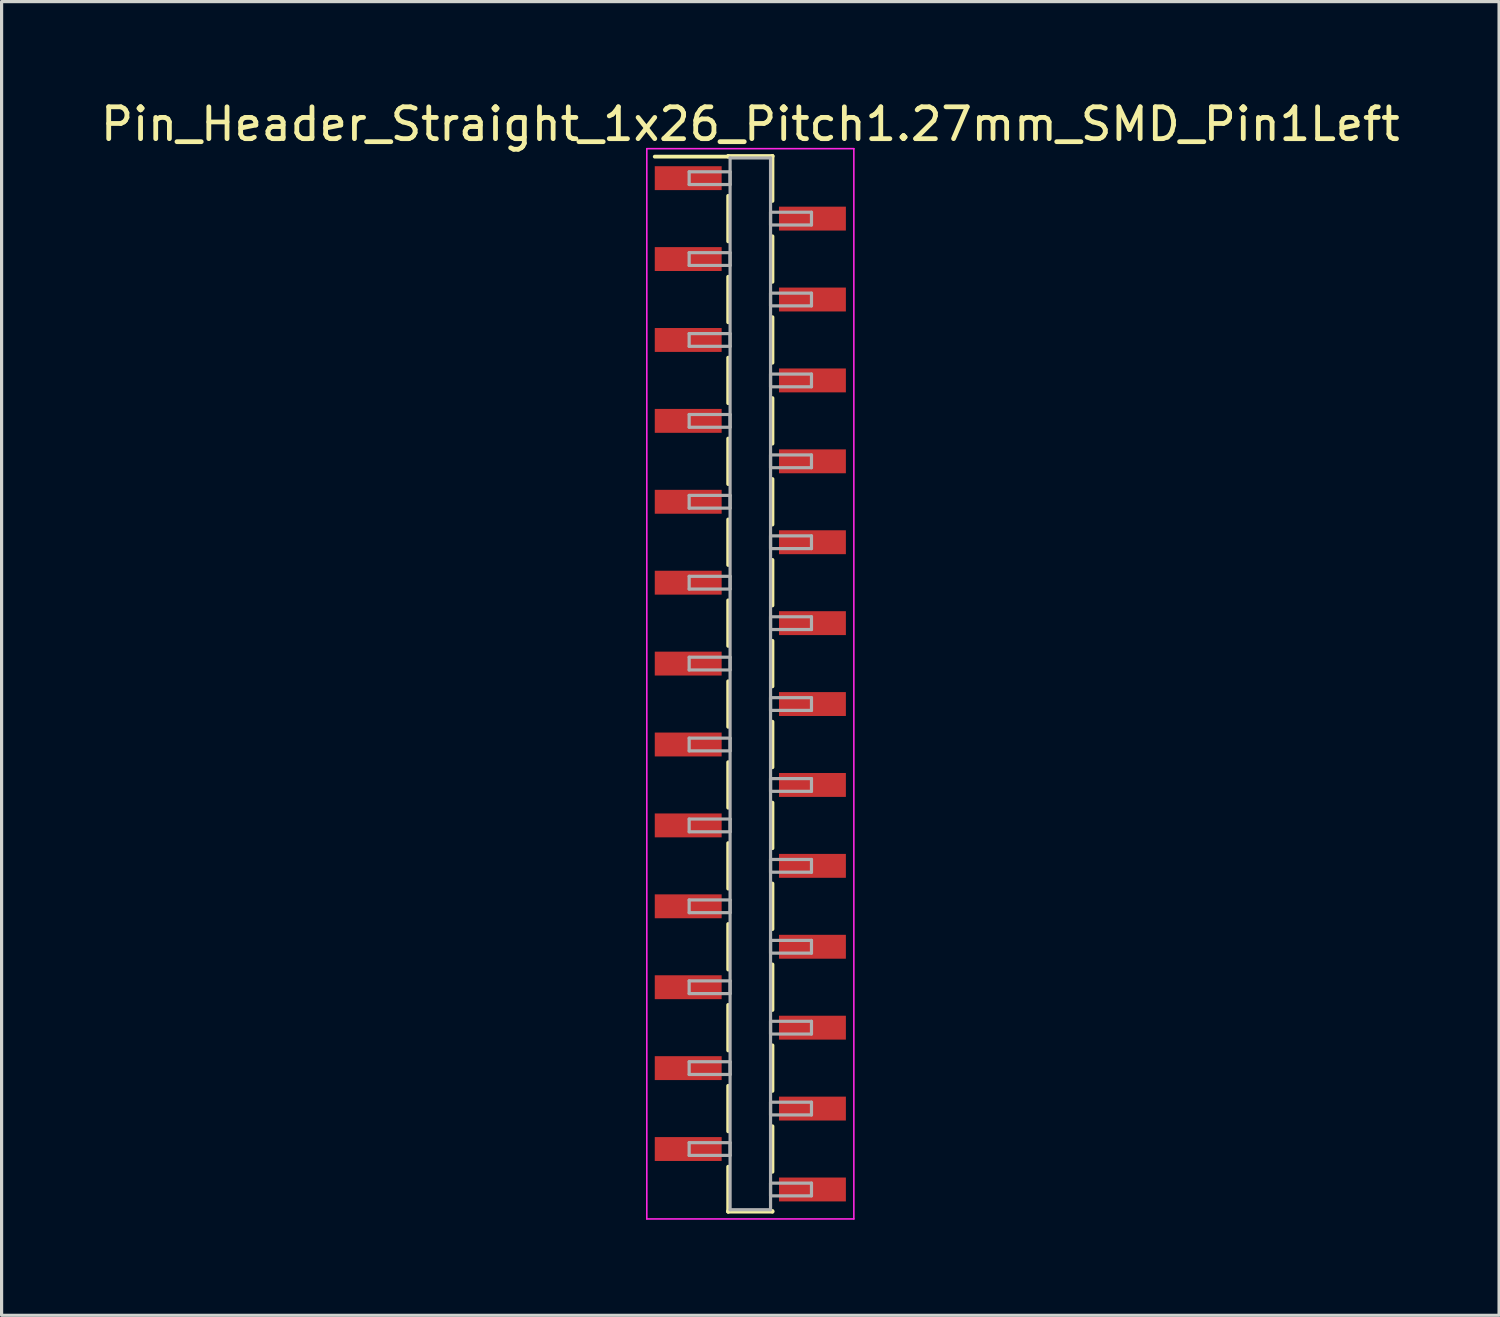
<source format=kicad_pcb>
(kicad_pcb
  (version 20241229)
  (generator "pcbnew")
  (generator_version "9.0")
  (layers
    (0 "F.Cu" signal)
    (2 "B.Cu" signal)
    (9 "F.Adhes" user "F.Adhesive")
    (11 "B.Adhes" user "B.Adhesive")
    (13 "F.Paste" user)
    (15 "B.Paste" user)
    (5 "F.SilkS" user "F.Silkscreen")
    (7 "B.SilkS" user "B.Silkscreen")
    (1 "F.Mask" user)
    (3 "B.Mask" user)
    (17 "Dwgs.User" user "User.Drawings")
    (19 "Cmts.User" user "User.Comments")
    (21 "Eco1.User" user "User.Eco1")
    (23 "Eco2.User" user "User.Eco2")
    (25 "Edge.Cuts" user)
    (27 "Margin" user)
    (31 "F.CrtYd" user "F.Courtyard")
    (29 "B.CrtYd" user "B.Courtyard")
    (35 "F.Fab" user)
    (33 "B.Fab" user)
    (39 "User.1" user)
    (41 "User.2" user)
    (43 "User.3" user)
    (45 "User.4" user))
  (footprint "Pin_Header_Straight_1x26_Pitch1.27mm_SMD_Pin1Left"
    (layer "F.Cu")
    (at 20.506 18.418)
    (property "Reference" "Pin_Header_Straight_1x26_Pitch1.27mm_SMD_Pin1Left" (at 0 -17.57 0) (layer "F.SilkS") (effects (font (size 1 1) (thickness 0.15))))
    (attr smd)
    (fp_line (start -0.695 -16.57) (end 0.695 -16.57) (stroke (width 0.12) (type solid)) (layer "F.SilkS"))
    (fp_line (start -0.695 -16.55) (end -3 -16.55) (stroke (width 0.12) (type solid)) (layer "F.SilkS"))
    (fp_line (start -0.695 -16.55) (end -0.695 -16.57) (stroke (width 0.12) (type solid)) (layer "F.SilkS"))
    (fp_line (start -0.695 -15.32) (end -0.695 -13.89) (stroke (width 0.12) (type solid)) (layer "F.SilkS"))
    (fp_line (start -0.695 -12.78) (end -0.695 -11.35) (stroke (width 0.12) (type solid)) (layer "F.SilkS"))
    (fp_line (start -0.695 -10.24) (end -0.695 -8.81) (stroke (width 0.12) (type solid)) (layer "F.SilkS"))
    (fp_line (start -0.695 -7.7) (end -0.695 -6.27) (stroke (width 0.12) (type solid)) (layer "F.SilkS"))
    (fp_line (start -0.695 -5.16) (end -0.695 -3.73) (stroke (width 0.12) (type solid)) (layer "F.SilkS"))
    (fp_line (start -0.695 -2.62) (end -0.695 -1.19) (stroke (width 0.12) (type solid)) (layer "F.SilkS"))
    (fp_line (start -0.695 -0.08) (end -0.695 1.35) (stroke (width 0.12) (type solid)) (layer "F.SilkS"))
    (fp_line (start -0.695 2.46) (end -0.695 3.89) (stroke (width 0.12) (type solid)) (layer "F.SilkS"))
    (fp_line (start -0.695 5) (end -0.695 6.43) (stroke (width 0.12) (type solid)) (layer "F.SilkS"))
    (fp_line (start -0.695 7.54) (end -0.695 8.97) (stroke (width 0.12) (type solid)) (layer "F.SilkS"))
    (fp_line (start -0.695 10.08) (end -0.695 11.51) (stroke (width 0.12) (type solid)) (layer "F.SilkS"))
    (fp_line (start -0.695 12.62) (end -0.695 14.05) (stroke (width 0.12) (type solid)) (layer "F.SilkS"))
    (fp_line (start -0.695 15.16) (end -0.695 16.57) (stroke (width 0.12) (type solid)) (layer "F.SilkS"))
    (fp_line (start -0.695 16.55) (end -0.695 16.57) (stroke (width 0.12) (type solid)) (layer "F.SilkS"))
    (fp_line (start -0.695 16.57) (end 0.695 16.57) (stroke (width 0.12) (type solid)) (layer "F.SilkS"))
    (fp_line (start 0.695 -16.57) (end 0.695 -16.55) (stroke (width 0.12) (type solid)) (layer "F.SilkS"))
    (fp_line (start 0.695 -16.57) (end 0.695 -15.16) (stroke (width 0.12) (type solid)) (layer "F.SilkS"))
    (fp_line (start 0.695 -14.05) (end 0.695 -12.62) (stroke (width 0.12) (type solid)) (layer "F.SilkS"))
    (fp_line (start 0.695 -11.51) (end 0.695 -10.08) (stroke (width 0.12) (type solid)) (layer "F.SilkS"))
    (fp_line (start 0.695 -8.97) (end 0.695 -7.54) (stroke (width 0.12) (type solid)) (layer "F.SilkS"))
    (fp_line (start 0.695 -6.43) (end 0.695 -5) (stroke (width 0.12) (type solid)) (layer "F.SilkS"))
    (fp_line (start 0.695 -3.89) (end 0.695 -2.46) (stroke (width 0.12) (type solid)) (layer "F.SilkS"))
    (fp_line (start 0.695 -1.35) (end 0.695 0.08) (stroke (width 0.12) (type solid)) (layer "F.SilkS"))
    (fp_line (start 0.695 1.19) (end 0.695 2.62) (stroke (width 0.12) (type solid)) (layer "F.SilkS"))
    (fp_line (start 0.695 3.73) (end 0.695 5.16) (stroke (width 0.12) (type solid)) (layer "F.SilkS"))
    (fp_line (start 0.695 6.27) (end 0.695 7.7) (stroke (width 0.12) (type solid)) (layer "F.SilkS"))
    (fp_line (start 0.695 8.81) (end 0.695 10.24) (stroke (width 0.12) (type solid)) (layer "F.SilkS"))
    (fp_line (start 0.695 11.35) (end 0.695 12.78) (stroke (width 0.12) (type solid)) (layer "F.SilkS"))
    (fp_line (start 0.695 13.89) (end 0.695 15.32) (stroke (width 0.12) (type solid)) (layer "F.SilkS"))
    (fp_line (start 0.695 16.57) (end 0.695 16.55) (stroke (width 0.12) (type solid)) (layer "F.SilkS"))
    (fp_line (start -3.25 -16.8) (end -3.25 16.8) (stroke (width 0.05) (type solid)) (layer "F.CrtYd"))
    (fp_line (start -3.25 16.8) (end 3.25 16.8) (stroke (width 0.05) (type solid)) (layer "F.CrtYd"))
    (fp_line (start 3.25 -16.8) (end -3.25 -16.8) (stroke (width 0.05) (type solid)) (layer "F.CrtYd"))
    (fp_line (start 3.25 16.8) (end 3.25 -16.8) (stroke (width 0.05) (type solid)) (layer "F.CrtYd"))
    (fp_line (start -1.92 -16.075) (end -0.635 -16.075) (stroke (width 0.1) (type solid)) (layer "F.Fab"))
    (fp_line (start -1.92 -15.675) (end -1.92 -16.075) (stroke (width 0.1) (type solid)) (layer "F.Fab"))
    (fp_line (start -1.92 -13.535) (end -0.635 -13.535) (stroke (width 0.1) (type solid)) (layer "F.Fab"))
    (fp_line (start -1.92 -13.135) (end -1.92 -13.535) (stroke (width 0.1) (type solid)) (layer "F.Fab"))
    (fp_line (start -1.92 -10.995) (end -0.635 -10.995) (stroke (width 0.1) (type solid)) (layer "F.Fab"))
    (fp_line (start -1.92 -10.595) (end -1.92 -10.995) (stroke (width 0.1) (type solid)) (layer "F.Fab"))
    (fp_line (start -1.92 -8.455) (end -0.635 -8.455) (stroke (width 0.1) (type solid)) (layer "F.Fab"))
    (fp_line (start -1.92 -8.055) (end -1.92 -8.455) (stroke (width 0.1) (type solid)) (layer "F.Fab"))
    (fp_line (start -1.92 -5.915) (end -0.635 -5.915) (stroke (width 0.1) (type solid)) (layer "F.Fab"))
    (fp_line (start -1.92 -5.515) (end -1.92 -5.915) (stroke (width 0.1) (type solid)) (layer "F.Fab"))
    (fp_line (start -1.92 -3.375) (end -0.635 -3.375) (stroke (width 0.1) (type solid)) (layer "F.Fab"))
    (fp_line (start -1.92 -2.975) (end -1.92 -3.375) (stroke (width 0.1) (type solid)) (layer "F.Fab"))
    (fp_line (start -1.92 -0.835) (end -0.635 -0.835) (stroke (width 0.1) (type solid)) (layer "F.Fab"))
    (fp_line (start -1.92 -0.435) (end -1.92 -0.835) (stroke (width 0.1) (type solid)) (layer "F.Fab"))
    (fp_line (start -1.92 1.705) (end -0.635 1.705) (stroke (width 0.1) (type solid)) (layer "F.Fab"))
    (fp_line (start -1.92 2.105) (end -1.92 1.705) (stroke (width 0.1) (type solid)) (layer "F.Fab"))
    (fp_line (start -1.92 4.245) (end -0.635 4.245) (stroke (width 0.1) (type solid)) (layer "F.Fab"))
    (fp_line (start -1.92 4.645) (end -1.92 4.245) (stroke (width 0.1) (type solid)) (layer "F.Fab"))
    (fp_line (start -1.92 6.785) (end -0.635 6.785) (stroke (width 0.1) (type solid)) (layer "F.Fab"))
    (fp_line (start -1.92 7.185) (end -1.92 6.785) (stroke (width 0.1) (type solid)) (layer "F.Fab"))
    (fp_line (start -1.92 9.325) (end -0.635 9.325) (stroke (width 0.1) (type solid)) (layer "F.Fab"))
    (fp_line (start -1.92 9.725) (end -1.92 9.325) (stroke (width 0.1) (type solid)) (layer "F.Fab"))
    (fp_line (start -1.92 11.865) (end -0.635 11.865) (stroke (width 0.1) (type solid)) (layer "F.Fab"))
    (fp_line (start -1.92 12.265) (end -1.92 11.865) (stroke (width 0.1) (type solid)) (layer "F.Fab"))
    (fp_line (start -1.92 14.405) (end -0.635 14.405) (stroke (width 0.1) (type solid)) (layer "F.Fab"))
    (fp_line (start -1.92 14.805) (end -1.92 14.405) (stroke (width 0.1) (type solid)) (layer "F.Fab"))
    (fp_line (start -0.635 -16.51) (end -0.635 16.51) (stroke (width 0.1) (type solid)) (layer "F.Fab"))
    (fp_line (start -0.635 -16.075) (end -0.635 -15.675) (stroke (width 0.1) (type solid)) (layer "F.Fab"))
    (fp_line (start -0.635 -15.675) (end -1.92 -15.675) (stroke (width 0.1) (type solid)) (layer "F.Fab"))
    (fp_line (start -0.635 -13.535) (end -0.635 -13.135) (stroke (width 0.1) (type solid)) (layer "F.Fab"))
    (fp_line (start -0.635 -13.135) (end -1.92 -13.135) (stroke (width 0.1) (type solid)) (layer "F.Fab"))
    (fp_line (start -0.635 -10.995) (end -0.635 -10.595) (stroke (width 0.1) (type solid)) (layer "F.Fab"))
    (fp_line (start -0.635 -10.595) (end -1.92 -10.595) (stroke (width 0.1) (type solid)) (layer "F.Fab"))
    (fp_line (start -0.635 -8.455) (end -0.635 -8.055) (stroke (width 0.1) (type solid)) (layer "F.Fab"))
    (fp_line (start -0.635 -8.055) (end -1.92 -8.055) (stroke (width 0.1) (type solid)) (layer "F.Fab"))
    (fp_line (start -0.635 -5.915) (end -0.635 -5.515) (stroke (width 0.1) (type solid)) (layer "F.Fab"))
    (fp_line (start -0.635 -5.515) (end -1.92 -5.515) (stroke (width 0.1) (type solid)) (layer "F.Fab"))
    (fp_line (start -0.635 -3.375) (end -0.635 -2.975) (stroke (width 0.1) (type solid)) (layer "F.Fab"))
    (fp_line (start -0.635 -2.975) (end -1.92 -2.975) (stroke (width 0.1) (type solid)) (layer "F.Fab"))
    (fp_line (start -0.635 -0.835) (end -0.635 -0.435) (stroke (width 0.1) (type solid)) (layer "F.Fab"))
    (fp_line (start -0.635 -0.435) (end -1.92 -0.435) (stroke (width 0.1) (type solid)) (layer "F.Fab"))
    (fp_line (start -0.635 1.705) (end -0.635 2.105) (stroke (width 0.1) (type solid)) (layer "F.Fab"))
    (fp_line (start -0.635 2.105) (end -1.92 2.105) (stroke (width 0.1) (type solid)) (layer "F.Fab"))
    (fp_line (start -0.635 4.245) (end -0.635 4.645) (stroke (width 0.1) (type solid)) (layer "F.Fab"))
    (fp_line (start -0.635 4.645) (end -1.92 4.645) (stroke (width 0.1) (type solid)) (layer "F.Fab"))
    (fp_line (start -0.635 6.785) (end -0.635 7.185) (stroke (width 0.1) (type solid)) (layer "F.Fab"))
    (fp_line (start -0.635 7.185) (end -1.92 7.185) (stroke (width 0.1) (type solid)) (layer "F.Fab"))
    (fp_line (start -0.635 9.325) (end -0.635 9.725) (stroke (width 0.1) (type solid)) (layer "F.Fab"))
    (fp_line (start -0.635 9.725) (end -1.92 9.725) (stroke (width 0.1) (type solid)) (layer "F.Fab"))
    (fp_line (start -0.635 11.865) (end -0.635 12.265) (stroke (width 0.1) (type solid)) (layer "F.Fab"))
    (fp_line (start -0.635 12.265) (end -1.92 12.265) (stroke (width 0.1) (type solid)) (layer "F.Fab"))
    (fp_line (start -0.635 14.405) (end -0.635 14.805) (stroke (width 0.1) (type solid)) (layer "F.Fab"))
    (fp_line (start -0.635 14.805) (end -1.92 14.805) (stroke (width 0.1) (type solid)) (layer "F.Fab"))
    (fp_line (start -0.635 16.51) (end 0.635 16.51) (stroke (width 0.1) (type solid)) (layer "F.Fab"))
    (fp_line (start 0.635 -16.51) (end -0.635 -16.51) (stroke (width 0.1) (type solid)) (layer "F.Fab"))
    (fp_line (start 0.635 -14.805) (end 0.635 -14.405) (stroke (width 0.1) (type solid)) (layer "F.Fab"))
    (fp_line (start 0.635 -14.405) (end 1.92 -14.405) (stroke (width 0.1) (type solid)) (layer "F.Fab"))
    (fp_line (start 0.635 -12.265) (end 0.635 -11.865) (stroke (width 0.1) (type solid)) (layer "F.Fab"))
    (fp_line (start 0.635 -11.865) (end 1.92 -11.865) (stroke (width 0.1) (type solid)) (layer "F.Fab"))
    (fp_line (start 0.635 -9.725) (end 0.635 -9.325) (stroke (width 0.1) (type solid)) (layer "F.Fab"))
    (fp_line (start 0.635 -9.325) (end 1.92 -9.325) (stroke (width 0.1) (type solid)) (layer "F.Fab"))
    (fp_line (start 0.635 -7.185) (end 0.635 -6.785) (stroke (width 0.1) (type solid)) (layer "F.Fab"))
    (fp_line (start 0.635 -6.785) (end 1.92 -6.785) (stroke (width 0.1) (type solid)) (layer "F.Fab"))
    (fp_line (start 0.635 -4.645) (end 0.635 -4.245) (stroke (width 0.1) (type solid)) (layer "F.Fab"))
    (fp_line (start 0.635 -4.245) (end 1.92 -4.245) (stroke (width 0.1) (type solid)) (layer "F.Fab"))
    (fp_line (start 0.635 -2.105) (end 0.635 -1.705) (stroke (width 0.1) (type solid)) (layer "F.Fab"))
    (fp_line (start 0.635 -1.705) (end 1.92 -1.705) (stroke (width 0.1) (type solid)) (layer "F.Fab"))
    (fp_line (start 0.635 0.435) (end 0.635 0.835) (stroke (width 0.1) (type solid)) (layer "F.Fab"))
    (fp_line (start 0.635 0.835) (end 1.92 0.835) (stroke (width 0.1) (type solid)) (layer "F.Fab"))
    (fp_line (start 0.635 2.975) (end 0.635 3.375) (stroke (width 0.1) (type solid)) (layer "F.Fab"))
    (fp_line (start 0.635 3.375) (end 1.92 3.375) (stroke (width 0.1) (type solid)) (layer "F.Fab"))
    (fp_line (start 0.635 5.515) (end 0.635 5.915) (stroke (width 0.1) (type solid)) (layer "F.Fab"))
    (fp_line (start 0.635 5.915) (end 1.92 5.915) (stroke (width 0.1) (type solid)) (layer "F.Fab"))
    (fp_line (start 0.635 8.055) (end 0.635 8.455) (stroke (width 0.1) (type solid)) (layer "F.Fab"))
    (fp_line (start 0.635 8.455) (end 1.92 8.455) (stroke (width 0.1) (type solid)) (layer "F.Fab"))
    (fp_line (start 0.635 10.595) (end 0.635 10.995) (stroke (width 0.1) (type solid)) (layer "F.Fab"))
    (fp_line (start 0.635 10.995) (end 1.92 10.995) (stroke (width 0.1) (type solid)) (layer "F.Fab"))
    (fp_line (start 0.635 13.135) (end 0.635 13.535) (stroke (width 0.1) (type solid)) (layer "F.Fab"))
    (fp_line (start 0.635 13.535) (end 1.92 13.535) (stroke (width 0.1) (type solid)) (layer "F.Fab"))
    (fp_line (start 0.635 15.675) (end 0.635 16.075) (stroke (width 0.1) (type solid)) (layer "F.Fab"))
    (fp_line (start 0.635 16.075) (end 1.92 16.075) (stroke (width 0.1) (type solid)) (layer "F.Fab"))
    (fp_line (start 0.635 16.51) (end 0.635 -16.51) (stroke (width 0.1) (type solid)) (layer "F.Fab"))
    (fp_line (start 1.92 -14.805) (end 0.635 -14.805) (stroke (width 0.1) (type solid)) (layer "F.Fab"))
    (fp_line (start 1.92 -14.405) (end 1.92 -14.805) (stroke (width 0.1) (type solid)) (layer "F.Fab"))
    (fp_line (start 1.92 -12.265) (end 0.635 -12.265) (stroke (width 0.1) (type solid)) (layer "F.Fab"))
    (fp_line (start 1.92 -11.865) (end 1.92 -12.265) (stroke (width 0.1) (type solid)) (layer "F.Fab"))
    (fp_line (start 1.92 -9.725) (end 0.635 -9.725) (stroke (width 0.1) (type solid)) (layer "F.Fab"))
    (fp_line (start 1.92 -9.325) (end 1.92 -9.725) (stroke (width 0.1) (type solid)) (layer "F.Fab"))
    (fp_line (start 1.92 -7.185) (end 0.635 -7.185) (stroke (width 0.1) (type solid)) (layer "F.Fab"))
    (fp_line (start 1.92 -6.785) (end 1.92 -7.185) (stroke (width 0.1) (type solid)) (layer "F.Fab"))
    (fp_line (start 1.92 -4.645) (end 0.635 -4.645) (stroke (width 0.1) (type solid)) (layer "F.Fab"))
    (fp_line (start 1.92 -4.245) (end 1.92 -4.645) (stroke (width 0.1) (type solid)) (layer "F.Fab"))
    (fp_line (start 1.92 -2.105) (end 0.635 -2.105) (stroke (width 0.1) (type solid)) (layer "F.Fab"))
    (fp_line (start 1.92 -1.705) (end 1.92 -2.105) (stroke (width 0.1) (type solid)) (layer "F.Fab"))
    (fp_line (start 1.92 0.435) (end 0.635 0.435) (stroke (width 0.1) (type solid)) (layer "F.Fab"))
    (fp_line (start 1.92 0.835) (end 1.92 0.435) (stroke (width 0.1) (type solid)) (layer "F.Fab"))
    (fp_line (start 1.92 2.975) (end 0.635 2.975) (stroke (width 0.1) (type solid)) (layer "F.Fab"))
    (fp_line (start 1.92 3.375) (end 1.92 2.975) (stroke (width 0.1) (type solid)) (layer "F.Fab"))
    (fp_line (start 1.92 5.515) (end 0.635 5.515) (stroke (width 0.1) (type solid)) (layer "F.Fab"))
    (fp_line (start 1.92 5.915) (end 1.92 5.515) (stroke (width 0.1) (type solid)) (layer "F.Fab"))
    (fp_line (start 1.92 8.055) (end 0.635 8.055) (stroke (width 0.1) (type solid)) (layer "F.Fab"))
    (fp_line (start 1.92 8.455) (end 1.92 8.055) (stroke (width 0.1) (type solid)) (layer "F.Fab"))
    (fp_line (start 1.92 10.595) (end 0.635 10.595) (stroke (width 0.1) (type solid)) (layer "F.Fab"))
    (fp_line (start 1.92 10.995) (end 1.92 10.595) (stroke (width 0.1) (type solid)) (layer "F.Fab"))
    (fp_line (start 1.92 13.135) (end 0.635 13.135) (stroke (width 0.1) (type solid)) (layer "F.Fab"))
    (fp_line (start 1.92 13.535) (end 1.92 13.135) (stroke (width 0.1) (type solid)) (layer "F.Fab"))
    (fp_line (start 1.92 15.675) (end 0.635 15.675) (stroke (width 0.1) (type solid)) (layer "F.Fab"))
    (fp_line (start 1.92 16.075) (end 1.92 15.675) (stroke (width 0.1) (type solid)) (layer "F.Fab"))
    (pad "1" smd rect (at -1.95 -15.875) (size 2.1 0.75) (layers "F.Cu" "F.Mask"))
    (pad "2" smd rect (at 1.95 -14.605) (size 2.1 0.75) (layers "F.Cu" "F.Mask"))
    (pad "3" smd rect (at -1.95 -13.335) (size 2.1 0.75) (layers "F.Cu" "F.Mask"))
    (pad "4" smd rect (at 1.95 -12.065) (size 2.1 0.75) (layers "F.Cu" "F.Mask"))
    (pad "5" smd rect (at -1.95 -10.795) (size 2.1 0.75) (layers "F.Cu" "F.Mask"))
    (pad "6" smd rect (at 1.95 -9.525) (size 2.1 0.75) (layers "F.Cu" "F.Mask"))
    (pad "7" smd rect (at -1.95 -8.255) (size 2.1 0.75) (layers "F.Cu" "F.Mask"))
    (pad "8" smd rect (at 1.95 -6.985) (size 2.1 0.75) (layers "F.Cu" "F.Mask"))
    (pad "9" smd rect (at -1.95 -5.715) (size 2.1 0.75) (layers "F.Cu" "F.Mask"))
    (pad "10" smd rect (at 1.95 -4.445) (size 2.1 0.75) (layers "F.Cu" "F.Mask"))
    (pad "11" smd rect (at -1.95 -3.175) (size 2.1 0.75) (layers "F.Cu" "F.Mask"))
    (pad "12" smd rect (at 1.95 -1.905) (size 2.1 0.75) (layers "F.Cu" "F.Mask"))
    (pad "13" smd rect (at -1.95 -0.635) (size 2.1 0.75) (layers "F.Cu" "F.Mask"))
    (pad "14" smd rect (at 1.95 0.635) (size 2.1 0.75) (layers "F.Cu" "F.Mask"))
    (pad "15" smd rect (at -1.95 1.905) (size 2.1 0.75) (layers "F.Cu" "F.Mask"))
    (pad "16" smd rect (at 1.95 3.175) (size 2.1 0.75) (layers "F.Cu" "F.Mask"))
    (pad "17" smd rect (at -1.95 4.445) (size 2.1 0.75) (layers "F.Cu" "F.Mask"))
    (pad "18" smd rect (at 1.95 5.715) (size 2.1 0.75) (layers "F.Cu" "F.Mask"))
    (pad "19" smd rect (at -1.95 6.985) (size 2.1 0.75) (layers "F.Cu" "F.Mask"))
    (pad "20" smd rect (at 1.95 8.255) (size 2.1 0.75) (layers "F.Cu" "F.Mask"))
    (pad "21" smd rect (at -1.95 9.525) (size 2.1 0.75) (layers "F.Cu" "F.Mask"))
    (pad "22" smd rect (at 1.95 10.795) (size 2.1 0.75) (layers "F.Cu" "F.Mask"))
    (pad "23" smd rect (at -1.95 12.065) (size 2.1 0.75) (layers "F.Cu" "F.Mask"))
    (pad "24" smd rect (at 1.95 13.335) (size 2.1 0.75) (layers "F.Cu" "F.Mask"))
    (pad "25" smd rect (at -1.95 14.605) (size 2.1 0.75) (layers "F.Cu" "F.Mask"))
    (pad "26" smd rect (at 1.95 15.875) (size 2.1 0.75) (layers "F.Cu" "F.Mask")))
  (gr_rect
    (start -3 -3)
    (end 44.012 38.243)
    (stroke (width 0.1) (type default))
    (fill no)
    (layer "Edge.Cuts")))
</source>
